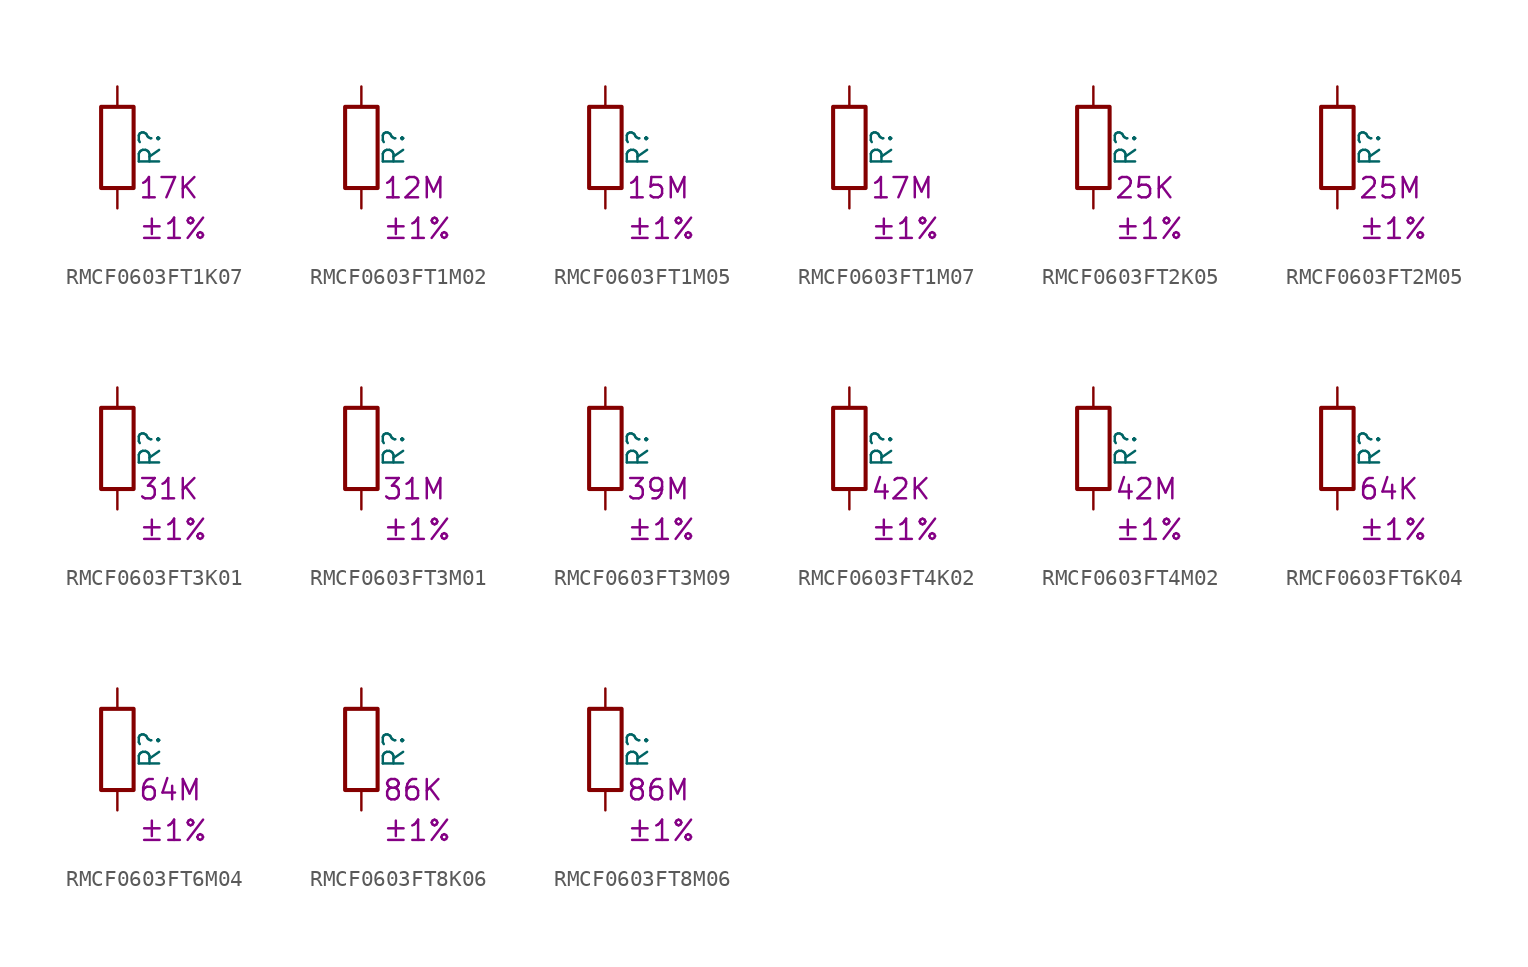
<source format=kicad_sym>
(kicad_symbol_lib
  (version 20220914)
  (generator kicad_symbol_editor)
  (symbol "RMCF0603FT1K07"
    (pin_numbers hide)
    (pin_names
      (offset 0))
    (property "Reference" "R"
      (at 2.032 0 90)
      (effects (font (size 1.27 1.27))))
    (property "Resistance" "17K"
      (at 1.27 -2.54 0)
      (effects (font (size 1.27 1.27)) (justify left)))
    (property "Tolerance" "±1%"
      (at 1.27 -5.08 0)
      (effects (font (size 1.27 1.27)) (justify left)))
    (symbol "RMCF0603FT1K07_0_1"
      (rectangle (start -1.016 -2.54) (end 1.016 2.54) (stroke (width 0.254) (type default)) (fill (type none))))
    (symbol "RMCF0603FT1K07_1_1"
      (pin passive line (at 0 3.81 270) (length 1.27) (name "~" (effects (font (size 1.27 1.27)))) (number "1" (effects (font (size 1.27 1.27)))))
      (pin passive line (at 0 -3.81 90) (length 1.27) (name "~" (effects (font (size 1.27 1.27)))) (number "2" (effects (font (size 1.27 1.27)))))))
  (symbol "RMCF0603FT1M02"
    (pin_numbers hide)
    (pin_names
      (offset 0))
    (property "Reference" "R"
      (at 2.032 0 90)
      (effects (font (size 1.27 1.27))))
    (property "Resistance" "12M"
      (at 1.27 -2.54 0)
      (effects (font (size 1.27 1.27)) (justify left)))
    (property "Tolerance" "±1%"
      (at 1.27 -5.08 0)
      (effects (font (size 1.27 1.27)) (justify left)))
    (symbol "RMCF0603FT1M02_0_1"
      (rectangle (start -1.016 -2.54) (end 1.016 2.54) (stroke (width 0.254) (type default)) (fill (type none))))
    (symbol "RMCF0603FT1M02_1_1"
      (pin passive line (at 0 3.81 270) (length 1.27) (name "~" (effects (font (size 1.27 1.27)))) (number "1" (effects (font (size 1.27 1.27)))))
      (pin passive line (at 0 -3.81 90) (length 1.27) (name "~" (effects (font (size 1.27 1.27)))) (number "2" (effects (font (size 1.27 1.27)))))))
  (symbol "RMCF0603FT1M05"
    (pin_numbers hide)
    (pin_names
      (offset 0))
    (property "Reference" "R"
      (at 2.032 0 90)
      (effects (font (size 1.27 1.27))))
    (property "Resistance" "15M"
      (at 1.27 -2.54 0)
      (effects (font (size 1.27 1.27)) (justify left)))
    (property "Tolerance" "±1%"
      (at 1.27 -5.08 0)
      (effects (font (size 1.27 1.27)) (justify left)))
    (symbol "RMCF0603FT1M05_0_1"
      (rectangle (start -1.016 -2.54) (end 1.016 2.54) (stroke (width 0.254) (type default)) (fill (type none))))
    (symbol "RMCF0603FT1M05_1_1"
      (pin passive line (at 0 3.81 270) (length 1.27) (name "~" (effects (font (size 1.27 1.27)))) (number "1" (effects (font (size 1.27 1.27)))))
      (pin passive line (at 0 -3.81 90) (length 1.27) (name "~" (effects (font (size 1.27 1.27)))) (number "2" (effects (font (size 1.27 1.27)))))))
  (symbol "RMCF0603FT1M07"
    (pin_numbers hide)
    (pin_names
      (offset 0))
    (property "Reference" "R"
      (at 2.032 0 90)
      (effects (font (size 1.27 1.27))))
    (property "Resistance" "17M"
      (at 1.27 -2.54 0)
      (effects (font (size 1.27 1.27)) (justify left)))
    (property "Tolerance" "±1%"
      (at 1.27 -5.08 0)
      (effects (font (size 1.27 1.27)) (justify left)))
    (symbol "RMCF0603FT1M07_0_1"
      (rectangle (start -1.016 -2.54) (end 1.016 2.54) (stroke (width 0.254) (type default)) (fill (type none))))
    (symbol "RMCF0603FT1M07_1_1"
      (pin passive line (at 0 3.81 270) (length 1.27) (name "~" (effects (font (size 1.27 1.27)))) (number "1" (effects (font (size 1.27 1.27)))))
      (pin passive line (at 0 -3.81 90) (length 1.27) (name "~" (effects (font (size 1.27 1.27)))) (number "2" (effects (font (size 1.27 1.27)))))))
  (symbol "RMCF0603FT2K05"
    (pin_numbers hide)
    (pin_names
      (offset 0))
    (property "Reference" "R"
      (at 2.032 0 90)
      (effects (font (size 1.27 1.27))))
    (property "Resistance" "25K"
      (at 1.27 -2.54 0)
      (effects (font (size 1.27 1.27)) (justify left)))
    (property "Tolerance" "±1%"
      (at 1.27 -5.08 0)
      (effects (font (size 1.27 1.27)) (justify left)))
    (symbol "RMCF0603FT2K05_0_1"
      (rectangle (start -1.016 -2.54) (end 1.016 2.54) (stroke (width 0.254) (type default)) (fill (type none))))
    (symbol "RMCF0603FT2K05_1_1"
      (pin passive line (at 0 3.81 270) (length 1.27) (name "~" (effects (font (size 1.27 1.27)))) (number "1" (effects (font (size 1.27 1.27)))))
      (pin passive line (at 0 -3.81 90) (length 1.27) (name "~" (effects (font (size 1.27 1.27)))) (number "2" (effects (font (size 1.27 1.27)))))))
  (symbol "RMCF0603FT2M05"
    (pin_numbers hide)
    (pin_names
      (offset 0))
    (property "Reference" "R"
      (at 2.032 0 90)
      (effects (font (size 1.27 1.27))))
    (property "Resistance" "25M"
      (at 1.27 -2.54 0)
      (effects (font (size 1.27 1.27)) (justify left)))
    (property "Tolerance" "±1%"
      (at 1.27 -5.08 0)
      (effects (font (size 1.27 1.27)) (justify left)))
    (symbol "RMCF0603FT2M05_0_1"
      (rectangle (start -1.016 -2.54) (end 1.016 2.54) (stroke (width 0.254) (type default)) (fill (type none))))
    (symbol "RMCF0603FT2M05_1_1"
      (pin passive line (at 0 3.81 270) (length 1.27) (name "~" (effects (font (size 1.27 1.27)))) (number "1" (effects (font (size 1.27 1.27)))))
      (pin passive line (at 0 -3.81 90) (length 1.27) (name "~" (effects (font (size 1.27 1.27)))) (number "2" (effects (font (size 1.27 1.27)))))))
  (symbol "RMCF0603FT3K01"
    (pin_numbers hide)
    (pin_names
      (offset 0))
    (property "Reference" "R"
      (at 2.032 0 90)
      (effects (font (size 1.27 1.27))))
    (property "Resistance" "31K"
      (at 1.27 -2.54 0)
      (effects (font (size 1.27 1.27)) (justify left)))
    (property "Tolerance" "±1%"
      (at 1.27 -5.08 0)
      (effects (font (size 1.27 1.27)) (justify left)))
    (symbol "RMCF0603FT3K01_0_1"
      (rectangle (start -1.016 -2.54) (end 1.016 2.54) (stroke (width 0.254) (type default)) (fill (type none))))
    (symbol "RMCF0603FT3K01_1_1"
      (pin passive line (at 0 3.81 270) (length 1.27) (name "~" (effects (font (size 1.27 1.27)))) (number "1" (effects (font (size 1.27 1.27)))))
      (pin passive line (at 0 -3.81 90) (length 1.27) (name "~" (effects (font (size 1.27 1.27)))) (number "2" (effects (font (size 1.27 1.27)))))))
  (symbol "RMCF0603FT3M01"
    (pin_numbers hide)
    (pin_names
      (offset 0))
    (property "Reference" "R"
      (at 2.032 0 90)
      (effects (font (size 1.27 1.27))))
    (property "Resistance" "31M"
      (at 1.27 -2.54 0)
      (effects (font (size 1.27 1.27)) (justify left)))
    (property "Tolerance" "±1%"
      (at 1.27 -5.08 0)
      (effects (font (size 1.27 1.27)) (justify left)))
    (symbol "RMCF0603FT3M01_0_1"
      (rectangle (start -1.016 -2.54) (end 1.016 2.54) (stroke (width 0.254) (type default)) (fill (type none))))
    (symbol "RMCF0603FT3M01_1_1"
      (pin passive line (at 0 3.81 270) (length 1.27) (name "~" (effects (font (size 1.27 1.27)))) (number "1" (effects (font (size 1.27 1.27)))))
      (pin passive line (at 0 -3.81 90) (length 1.27) (name "~" (effects (font (size 1.27 1.27)))) (number "2" (effects (font (size 1.27 1.27)))))))
  (symbol "RMCF0603FT3M09"
    (pin_numbers hide)
    (pin_names
      (offset 0))
    (property "Reference" "R"
      (at 2.032 0 90)
      (effects (font (size 1.27 1.27))))
    (property "Resistance" "39M"
      (at 1.27 -2.54 0)
      (effects (font (size 1.27 1.27)) (justify left)))
    (property "Tolerance" "±1%"
      (at 1.27 -5.08 0)
      (effects (font (size 1.27 1.27)) (justify left)))
    (symbol "RMCF0603FT3M09_0_1"
      (rectangle (start -1.016 -2.54) (end 1.016 2.54) (stroke (width 0.254) (type default)) (fill (type none))))
    (symbol "RMCF0603FT3M09_1_1"
      (pin passive line (at 0 3.81 270) (length 1.27) (name "~" (effects (font (size 1.27 1.27)))) (number "1" (effects (font (size 1.27 1.27)))))
      (pin passive line (at 0 -3.81 90) (length 1.27) (name "~" (effects (font (size 1.27 1.27)))) (number "2" (effects (font (size 1.27 1.27)))))))
  (symbol "RMCF0603FT4K02"
    (pin_numbers hide)
    (pin_names
      (offset 0))
    (property "Reference" "R"
      (at 2.032 0 90)
      (effects (font (size 1.27 1.27))))
    (property "Resistance" "42K"
      (at 1.27 -2.54 0)
      (effects (font (size 1.27 1.27)) (justify left)))
    (property "Tolerance" "±1%"
      (at 1.27 -5.08 0)
      (effects (font (size 1.27 1.27)) (justify left)))
    (symbol "RMCF0603FT4K02_0_1"
      (rectangle (start -1.016 -2.54) (end 1.016 2.54) (stroke (width 0.254) (type default)) (fill (type none))))
    (symbol "RMCF0603FT4K02_1_1"
      (pin passive line (at 0 3.81 270) (length 1.27) (name "~" (effects (font (size 1.27 1.27)))) (number "1" (effects (font (size 1.27 1.27)))))
      (pin passive line (at 0 -3.81 90) (length 1.27) (name "~" (effects (font (size 1.27 1.27)))) (number "2" (effects (font (size 1.27 1.27)))))))
  (symbol "RMCF0603FT4M02"
    (pin_numbers hide)
    (pin_names
      (offset 0))
    (property "Reference" "R"
      (at 2.032 0 90)
      (effects (font (size 1.27 1.27))))
    (property "Resistance" "42M"
      (at 1.27 -2.54 0)
      (effects (font (size 1.27 1.27)) (justify left)))
    (property "Tolerance" "±1%"
      (at 1.27 -5.08 0)
      (effects (font (size 1.27 1.27)) (justify left)))
    (symbol "RMCF0603FT4M02_0_1"
      (rectangle (start -1.016 -2.54) (end 1.016 2.54) (stroke (width 0.254) (type default)) (fill (type none))))
    (symbol "RMCF0603FT4M02_1_1"
      (pin passive line (at 0 3.81 270) (length 1.27) (name "~" (effects (font (size 1.27 1.27)))) (number "1" (effects (font (size 1.27 1.27)))))
      (pin passive line (at 0 -3.81 90) (length 1.27) (name "~" (effects (font (size 1.27 1.27)))) (number "2" (effects (font (size 1.27 1.27)))))))
  (symbol "RMCF0603FT6K04"
    (pin_numbers hide)
    (pin_names
      (offset 0))
    (property "Reference" "R"
      (at 2.032 0 90)
      (effects (font (size 1.27 1.27))))
    (property "Resistance" "64K"
      (at 1.27 -2.54 0)
      (effects (font (size 1.27 1.27)) (justify left)))
    (property "Tolerance" "±1%"
      (at 1.27 -5.08 0)
      (effects (font (size 1.27 1.27)) (justify left)))
    (symbol "RMCF0603FT6K04_0_1"
      (rectangle (start -1.016 -2.54) (end 1.016 2.54) (stroke (width 0.254) (type default)) (fill (type none))))
    (symbol "RMCF0603FT6K04_1_1"
      (pin passive line (at 0 3.81 270) (length 1.27) (name "~" (effects (font (size 1.27 1.27)))) (number "1" (effects (font (size 1.27 1.27)))))
      (pin passive line (at 0 -3.81 90) (length 1.27) (name "~" (effects (font (size 1.27 1.27)))) (number "2" (effects (font (size 1.27 1.27)))))))
  (symbol "RMCF0603FT6M04"
    (pin_numbers hide)
    (pin_names
      (offset 0))
    (property "Reference" "R"
      (at 2.032 0 90)
      (effects (font (size 1.27 1.27))))
    (property "Resistance" "64M"
      (at 1.27 -2.54 0)
      (effects (font (size 1.27 1.27)) (justify left)))
    (property "Tolerance" "±1%"
      (at 1.27 -5.08 0)
      (effects (font (size 1.27 1.27)) (justify left)))
    (symbol "RMCF0603FT6M04_0_1"
      (rectangle (start -1.016 -2.54) (end 1.016 2.54) (stroke (width 0.254) (type default)) (fill (type none))))
    (symbol "RMCF0603FT6M04_1_1"
      (pin passive line (at 0 3.81 270) (length 1.27) (name "~" (effects (font (size 1.27 1.27)))) (number "1" (effects (font (size 1.27 1.27)))))
      (pin passive line (at 0 -3.81 90) (length 1.27) (name "~" (effects (font (size 1.27 1.27)))) (number "2" (effects (font (size 1.27 1.27)))))))
  (symbol "RMCF0603FT8K06"
    (pin_numbers hide)
    (pin_names
      (offset 0))
    (property "Reference" "R"
      (at 2.032 0 90)
      (effects (font (size 1.27 1.27))))
    (property "Resistance" "86K"
      (at 1.27 -2.54 0)
      (effects (font (size 1.27 1.27)) (justify left)))
    (property "Tolerance" "±1%"
      (at 1.27 -5.08 0)
      (effects (font (size 1.27 1.27)) (justify left)))
    (symbol "RMCF0603FT8K06_0_1"
      (rectangle (start -1.016 -2.54) (end 1.016 2.54) (stroke (width 0.254) (type default)) (fill (type none))))
    (symbol "RMCF0603FT8K06_1_1"
      (pin passive line (at 0 3.81 270) (length 1.27) (name "~" (effects (font (size 1.27 1.27)))) (number "1" (effects (font (size 1.27 1.27)))))
      (pin passive line (at 0 -3.81 90) (length 1.27) (name "~" (effects (font (size 1.27 1.27)))) (number "2" (effects (font (size 1.27 1.27)))))))
  (symbol "RMCF0603FT8M06"
    (pin_numbers hide)
    (pin_names
      (offset 0))
    (property "Reference" "R"
      (at 2.032 0 90)
      (effects (font (size 1.27 1.27))))
    (property "Resistance" "86M"
      (at 1.27 -2.54 0)
      (effects (font (size 1.27 1.27)) (justify left)))
    (property "Tolerance" "±1%"
      (at 1.27 -5.08 0)
      (effects (font (size 1.27 1.27)) (justify left)))
    (symbol "RMCF0603FT8M06_0_1"
      (rectangle (start -1.016 -2.54) (end 1.016 2.54) (stroke (width 0.254) (type default)) (fill (type none))))
    (symbol "RMCF0603FT8M06_1_1"
      (pin passive line (at 0 3.81 270) (length 1.27) (name "~" (effects (font (size 1.27 1.27)))) (number "1" (effects (font (size 1.27 1.27)))))
      (pin passive line (at 0 -3.81 90) (length 1.27) (name "~" (effects (font (size 1.27 1.27)))) (number "2" (effects (font (size 1.27 1.27))))))))
</source>
